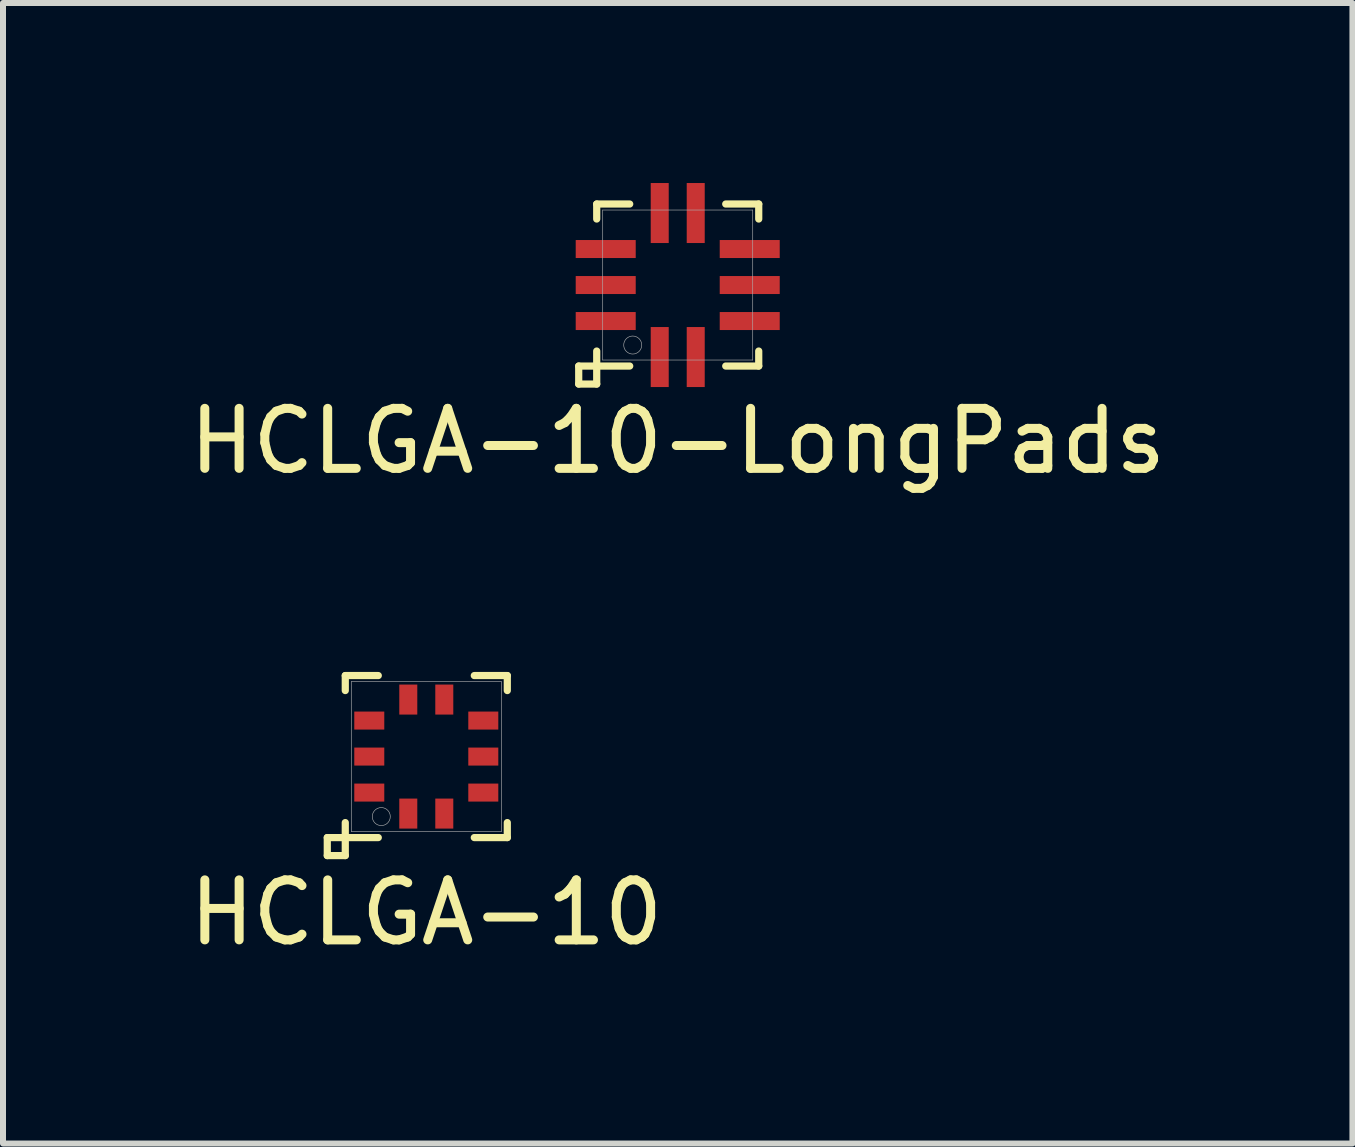
<source format=kicad_pcb>
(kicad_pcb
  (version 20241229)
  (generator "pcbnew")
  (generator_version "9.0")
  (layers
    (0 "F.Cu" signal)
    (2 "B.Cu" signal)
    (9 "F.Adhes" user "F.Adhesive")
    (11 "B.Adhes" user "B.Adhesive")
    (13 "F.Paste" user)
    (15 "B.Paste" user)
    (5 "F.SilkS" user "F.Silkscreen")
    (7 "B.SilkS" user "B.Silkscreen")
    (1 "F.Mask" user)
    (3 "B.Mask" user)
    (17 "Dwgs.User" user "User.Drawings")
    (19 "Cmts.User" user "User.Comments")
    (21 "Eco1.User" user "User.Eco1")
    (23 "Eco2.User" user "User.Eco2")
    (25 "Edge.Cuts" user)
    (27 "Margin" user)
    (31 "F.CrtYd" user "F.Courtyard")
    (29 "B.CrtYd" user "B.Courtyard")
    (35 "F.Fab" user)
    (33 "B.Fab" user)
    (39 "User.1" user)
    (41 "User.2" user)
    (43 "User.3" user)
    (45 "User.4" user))
  (footprint "HCLGA-10"
    (layer "F.Cu")
    (at 4.054 9.558)
    (property "Reference" "HCLGA-10" (at 0 2.6 0) (layer "F.SilkS") (effects (font (size 1 1) (thickness 0.15))))
    (attr through_hole)
    (fp_line (start -1.65 1.35) (end -1.65 1.65) (stroke (width 0.12) (type solid)) (layer "F.SilkS"))
    (fp_line (start -1.65 1.65) (end -1.35 1.65) (stroke (width 0.12) (type solid)) (layer "F.SilkS"))
    (fp_line (start -1.35 -1.35) (end -1.35 -1.1) (stroke (width 0.12) (type solid)) (layer "F.SilkS"))
    (fp_line (start -1.35 1.65) (end -1.35 1.1) (stroke (width 0.12) (type solid)) (layer "F.SilkS"))
    (fp_line (start -0.8 -1.35) (end -1.35 -1.35) (stroke (width 0.12) (type solid)) (layer "F.SilkS"))
    (fp_line (start -0.8 1.35) (end -1.65 1.35) (stroke (width 0.12) (type solid)) (layer "F.SilkS"))
    (fp_line (start 0.8 1.35) (end 1.35 1.35) (stroke (width 0.12) (type solid)) (layer "F.SilkS"))
    (fp_line (start 1.35 -1.35) (end 0.8 -1.35) (stroke (width 0.12) (type solid)) (layer "F.SilkS"))
    (fp_line (start 1.35 -1.1) (end 1.35 -1.35) (stroke (width 0.12) (type solid)) (layer "F.SilkS"))
    (fp_line (start 1.35 1.35) (end 1.35 1.1) (stroke (width 0.12) (type solid)) (layer "F.SilkS"))
    (fp_line (start -1.25 -1.25) (end -1.25 1.25) (stroke (width 0.01) (type solid)) (layer "F.Fab"))
    (fp_line (start -1.25 1.25) (end 1.25 1.25) (stroke (width 0.01) (type solid)) (layer "F.Fab"))
    (fp_line (start 1.25 -1.25) (end -1.25 -1.25) (stroke (width 0.01) (type solid)) (layer "F.Fab"))
    (fp_line (start 1.25 1.25) (end 1.25 -1.25) (stroke (width 0.01) (type solid)) (layer "F.Fab"))
    (fp_circle (center -0.75 1) (end -0.6 1) (stroke (width 0.01) (type solid)) (fill no) (layer "F.Fab"))
    (pad "" smd rect (at 0 0 180) (size 1.1 1.1) (layers "F.Mask"))
    (pad "1" smd rect (at -0.3 0.95 180) (size 0.3 0.5) (layers "F.Cu" "F.Mask" "F.Paste"))
    (pad "2" smd rect (at 0.3 0.95 180) (size 0.3 0.5) (layers "F.Cu" "F.Mask" "F.Paste"))
    (pad "3" smd rect (at 0.95 0.6 270) (size 0.3 0.5) (layers "F.Cu" "F.Mask" "F.Paste"))
    (pad "4" smd rect (at 0.95 0 270) (size 0.3 0.5) (layers "F.Cu" "F.Mask" "F.Paste"))
    (pad "5" smd rect (at 0.95 -0.6 270) (size 0.3 0.5) (layers "F.Cu" "F.Mask" "F.Paste"))
    (pad "6" smd rect (at 0.3 -0.95 180) (size 0.3 0.5) (layers "F.Cu" "F.Mask" "F.Paste"))
    (pad "7" smd rect (at -0.3 -0.95 180) (size 0.3 0.5) (layers "F.Cu" "F.Mask" "F.Paste"))
    (pad "8" smd rect (at -0.95 -0.6 270) (size 0.3 0.5) (layers "F.Cu" "F.Mask" "F.Paste"))
    (pad "9" smd rect (at -0.95 0 270) (size 0.3 0.5) (layers "F.Cu" "F.Mask" "F.Paste"))
    (pad "10" smd rect (at -0.95 0.6 270) (size 0.3 0.5) (layers "F.Cu" "F.Mask" "F.Paste")))
  (footprint "HCLGA-10-LongPads"
    (layer "F.Cu")
    (at 8.244 1.7)
    (property "Reference" "HCLGA-10-LongPads" (at 0 2.6 0) (layer "F.SilkS") (effects (font (size 1 1) (thickness 0.15))))
    (attr through_hole)
    (fp_line (start -1.65 1.35) (end -1.65 1.65) (stroke (width 0.12) (type solid)) (layer "F.SilkS"))
    (fp_line (start -1.65 1.65) (end -1.35 1.65) (stroke (width 0.12) (type solid)) (layer "F.SilkS"))
    (fp_line (start -1.35 -1.35) (end -1.35 -1.1) (stroke (width 0.12) (type solid)) (layer "F.SilkS"))
    (fp_line (start -1.35 1.65) (end -1.35 1.1) (stroke (width 0.12) (type solid)) (layer "F.SilkS"))
    (fp_line (start -0.8 -1.35) (end -1.35 -1.35) (stroke (width 0.12) (type solid)) (layer "F.SilkS"))
    (fp_line (start -0.8 1.35) (end -1.65 1.35) (stroke (width 0.12) (type solid)) (layer "F.SilkS"))
    (fp_line (start 0.8 1.35) (end 1.35 1.35) (stroke (width 0.12) (type solid)) (layer "F.SilkS"))
    (fp_line (start 1.35 -1.35) (end 0.8 -1.35) (stroke (width 0.12) (type solid)) (layer "F.SilkS"))
    (fp_line (start 1.35 -1.1) (end 1.35 -1.35) (stroke (width 0.12) (type solid)) (layer "F.SilkS"))
    (fp_line (start 1.35 1.35) (end 1.35 1.1) (stroke (width 0.12) (type solid)) (layer "F.SilkS"))
    (fp_line (start -1.25 -1.25) (end -1.25 1.25) (stroke (width 0.01) (type solid)) (layer "F.Fab"))
    (fp_line (start -1.25 1.25) (end 1.25 1.25) (stroke (width 0.01) (type solid)) (layer "F.Fab"))
    (fp_line (start 1.25 -1.25) (end -1.25 -1.25) (stroke (width 0.01) (type solid)) (layer "F.Fab"))
    (fp_line (start 1.25 1.25) (end 1.25 -1.25) (stroke (width 0.01) (type solid)) (layer "F.Fab"))
    (fp_circle (center -0.75 1) (end -0.6 1) (stroke (width 0.01) (type solid)) (fill no) (layer "F.Fab"))
    (pad "" smd rect (at 0 0 180) (size 1.1 1.1) (layers "F.Mask"))
    (pad "1" smd rect (at -0.3 1.2 180) (size 0.3 1) (layers "F.Cu" "F.Mask" "F.Paste"))
    (pad "2" smd rect (at 0.3 1.2 180) (size 0.3 1) (layers "F.Cu" "F.Mask" "F.Paste"))
    (pad "3" smd rect (at 1.2 0.6 270) (size 0.3 1) (layers "F.Cu" "F.Mask" "F.Paste"))
    (pad "4" smd rect (at 1.2 0 270) (size 0.3 1) (layers "F.Cu" "F.Mask" "F.Paste"))
    (pad "5" smd rect (at 1.2 -0.6 270) (size 0.3 1) (layers "F.Cu" "F.Mask" "F.Paste"))
    (pad "6" smd rect (at 0.3 -1.2 180) (size 0.3 1) (layers "F.Cu" "F.Mask" "F.Paste"))
    (pad "7" smd rect (at -0.3 -1.2 180) (size 0.3 1) (layers "F.Cu" "F.Mask" "F.Paste"))
    (pad "8" smd rect (at -1.2 -0.6 270) (size 0.3 1) (layers "F.Cu" "F.Mask" "F.Paste"))
    (pad "9" smd rect (at -1.2 0 270) (size 0.3 1) (layers "F.Cu" "F.Mask" "F.Paste"))
    (pad "10" smd rect (at -1.2 0.6 270) (size 0.3 1) (layers "F.Cu" "F.Mask" "F.Paste")))
  (gr_rect
    (start -3 -3)
    (end 19.488 16.006)
    (stroke (width 0.1) (type default))
    (fill no)
    (layer "Edge.Cuts")))
</source>
